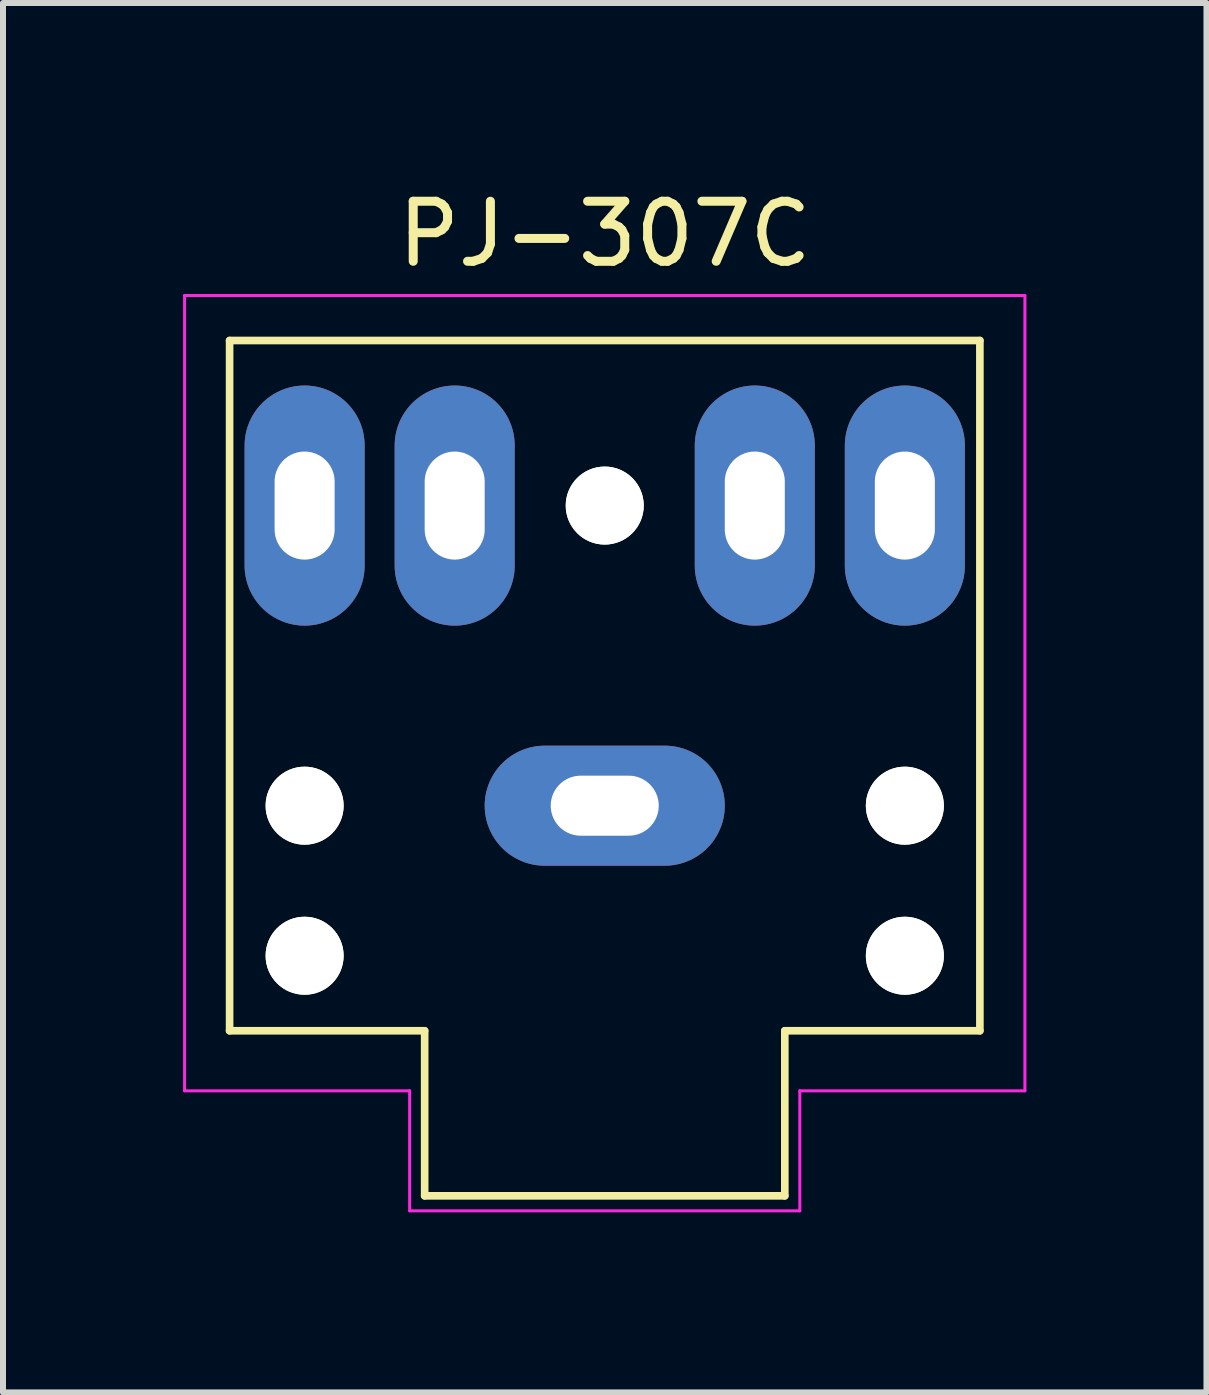
<source format=kicad_pcb>
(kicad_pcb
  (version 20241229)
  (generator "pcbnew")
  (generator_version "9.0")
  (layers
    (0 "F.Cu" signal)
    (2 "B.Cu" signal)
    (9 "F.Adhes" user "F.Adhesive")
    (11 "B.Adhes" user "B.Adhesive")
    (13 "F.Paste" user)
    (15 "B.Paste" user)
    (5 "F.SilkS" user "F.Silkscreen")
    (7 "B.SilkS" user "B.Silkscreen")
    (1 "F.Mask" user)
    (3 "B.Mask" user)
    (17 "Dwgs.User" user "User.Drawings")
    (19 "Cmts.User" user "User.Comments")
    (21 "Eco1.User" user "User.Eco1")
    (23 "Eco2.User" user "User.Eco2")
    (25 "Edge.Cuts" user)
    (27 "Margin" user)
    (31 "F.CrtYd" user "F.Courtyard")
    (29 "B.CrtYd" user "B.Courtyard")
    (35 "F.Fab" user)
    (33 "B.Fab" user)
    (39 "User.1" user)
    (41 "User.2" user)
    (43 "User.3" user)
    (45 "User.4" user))
  (footprint "PJ-307C"
    (layer "F.Cu")
    (at 7.025 10.373)
    (property "Reference" "PJ-307C" (at 0 -9.525 0) (layer "F.SilkS") (effects (font (size 1 1) (thickness 0.15))))
    (attr through_hole)
    (fp_line (start -6.25 -7.75) (end 6.25 -7.75) (stroke (width 0.127) (type solid)) (layer "F.SilkS"))
    (fp_line (start -6.25 3.75) (end -6.25 -7.75) (stroke (width 0.127) (type solid)) (layer "F.SilkS"))
    (fp_line (start -3 3.75) (end -6.25 3.75) (stroke (width 0.127) (type solid)) (layer "F.SilkS"))
    (fp_line (start -3 6.5) (end -3 3.75) (stroke (width 0.127) (type solid)) (layer "F.SilkS"))
    (fp_line (start -3 6.5) (end 3 6.5) (stroke (width 0.127) (type solid)) (layer "F.SilkS"))
    (fp_line (start 3 6.5) (end 3 3.75) (stroke (width 0.127) (type solid)) (layer "F.SilkS"))
    (fp_line (start 6.25 -7.75) (end 6.25 3.75) (stroke (width 0.127) (type solid)) (layer "F.SilkS"))
    (fp_line (start 6.25 3.75) (end 3 3.75) (stroke (width 0.127) (type solid)) (layer "F.SilkS"))
    (fp_line (start -7 -8.5) (end 7 -8.5) (stroke (width 0.05) (type solid)) (layer "F.CrtYd"))
    (fp_line (start -7 4.75) (end -7 -8.5) (stroke (width 0.05) (type solid)) (layer "F.CrtYd"))
    (fp_line (start -3.25 4.75) (end -7 4.75) (stroke (width 0.05) (type solid)) (layer "F.CrtYd"))
    (fp_line (start -3.25 6.75) (end -3.25 4.75) (stroke (width 0.05) (type solid)) (layer "F.CrtYd"))
    (fp_line (start 3.25 4.75) (end 3.25 6.75) (stroke (width 0.05) (type solid)) (layer "F.CrtYd"))
    (fp_line (start 3.25 6.75) (end -3.25 6.75) (stroke (width 0.05) (type solid)) (layer "F.CrtYd"))
    (fp_line (start 7 -8.5) (end 7 4.75) (stroke (width 0.05) (type solid)) (layer "F.CrtYd"))
    (fp_line (start 7 4.75) (end 3.25 4.75) (stroke (width 0.05) (type solid)) (layer "F.CrtYd"))
    (pad "" np_thru_hole circle (at -5 0) (size 1.3 1.3) (drill 1.3) (layers "*.Cu" "*.Mask" "F.SilkS"))
    (pad "" np_thru_hole circle (at -5 2.5) (size 1.3 1.3) (drill 1.3) (layers "*.Cu" "*.Mask" "F.SilkS"))
    (pad "" np_thru_hole circle (at 0 -5) (size 1.3 1.3) (drill 1.3) (layers "*.Cu" "*.Mask" "F.SilkS"))
    (pad "" np_thru_hole circle (at 5 0) (size 1.3 1.3) (drill 1.3) (layers "*.Cu" "*.Mask" "F.SilkS"))
    (pad "" np_thru_hole circle (at 5 2.5) (size 1.3 1.3) (drill 1.3) (layers "*.Cu" "*.Mask" "F.SilkS"))
    (pad "R" thru_hole oval (at -5 -5 270) (size 4 2) (drill oval 1.8 1) (layers "*.Cu" "*.Mask"))
    (pad "RN" thru_hole oval (at -2.5 -5 270) (size 4 2) (drill oval 1.8 1) (layers "*.Cu" "*.Mask"))
    (pad "S" thru_hole oval (at 0 0 180) (size 4 2) (drill oval 1.8 1) (layers "*.Cu" "*.Mask"))
    (pad "T" thru_hole oval (at 5 -5 270) (size 4 2) (drill oval 1.8 1) (layers "*.Cu" "*.Mask"))
    (pad "TN" thru_hole oval (at 2.5 -5 270) (size 4 2) (drill oval 1.8 1) (layers "*.Cu" "*.Mask")))
  (gr_rect
    (start -3 -3)
    (end 17.05 20.148)
    (stroke (width 0.1) (type default))
    (fill no)
    (layer "Edge.Cuts")))
</source>
